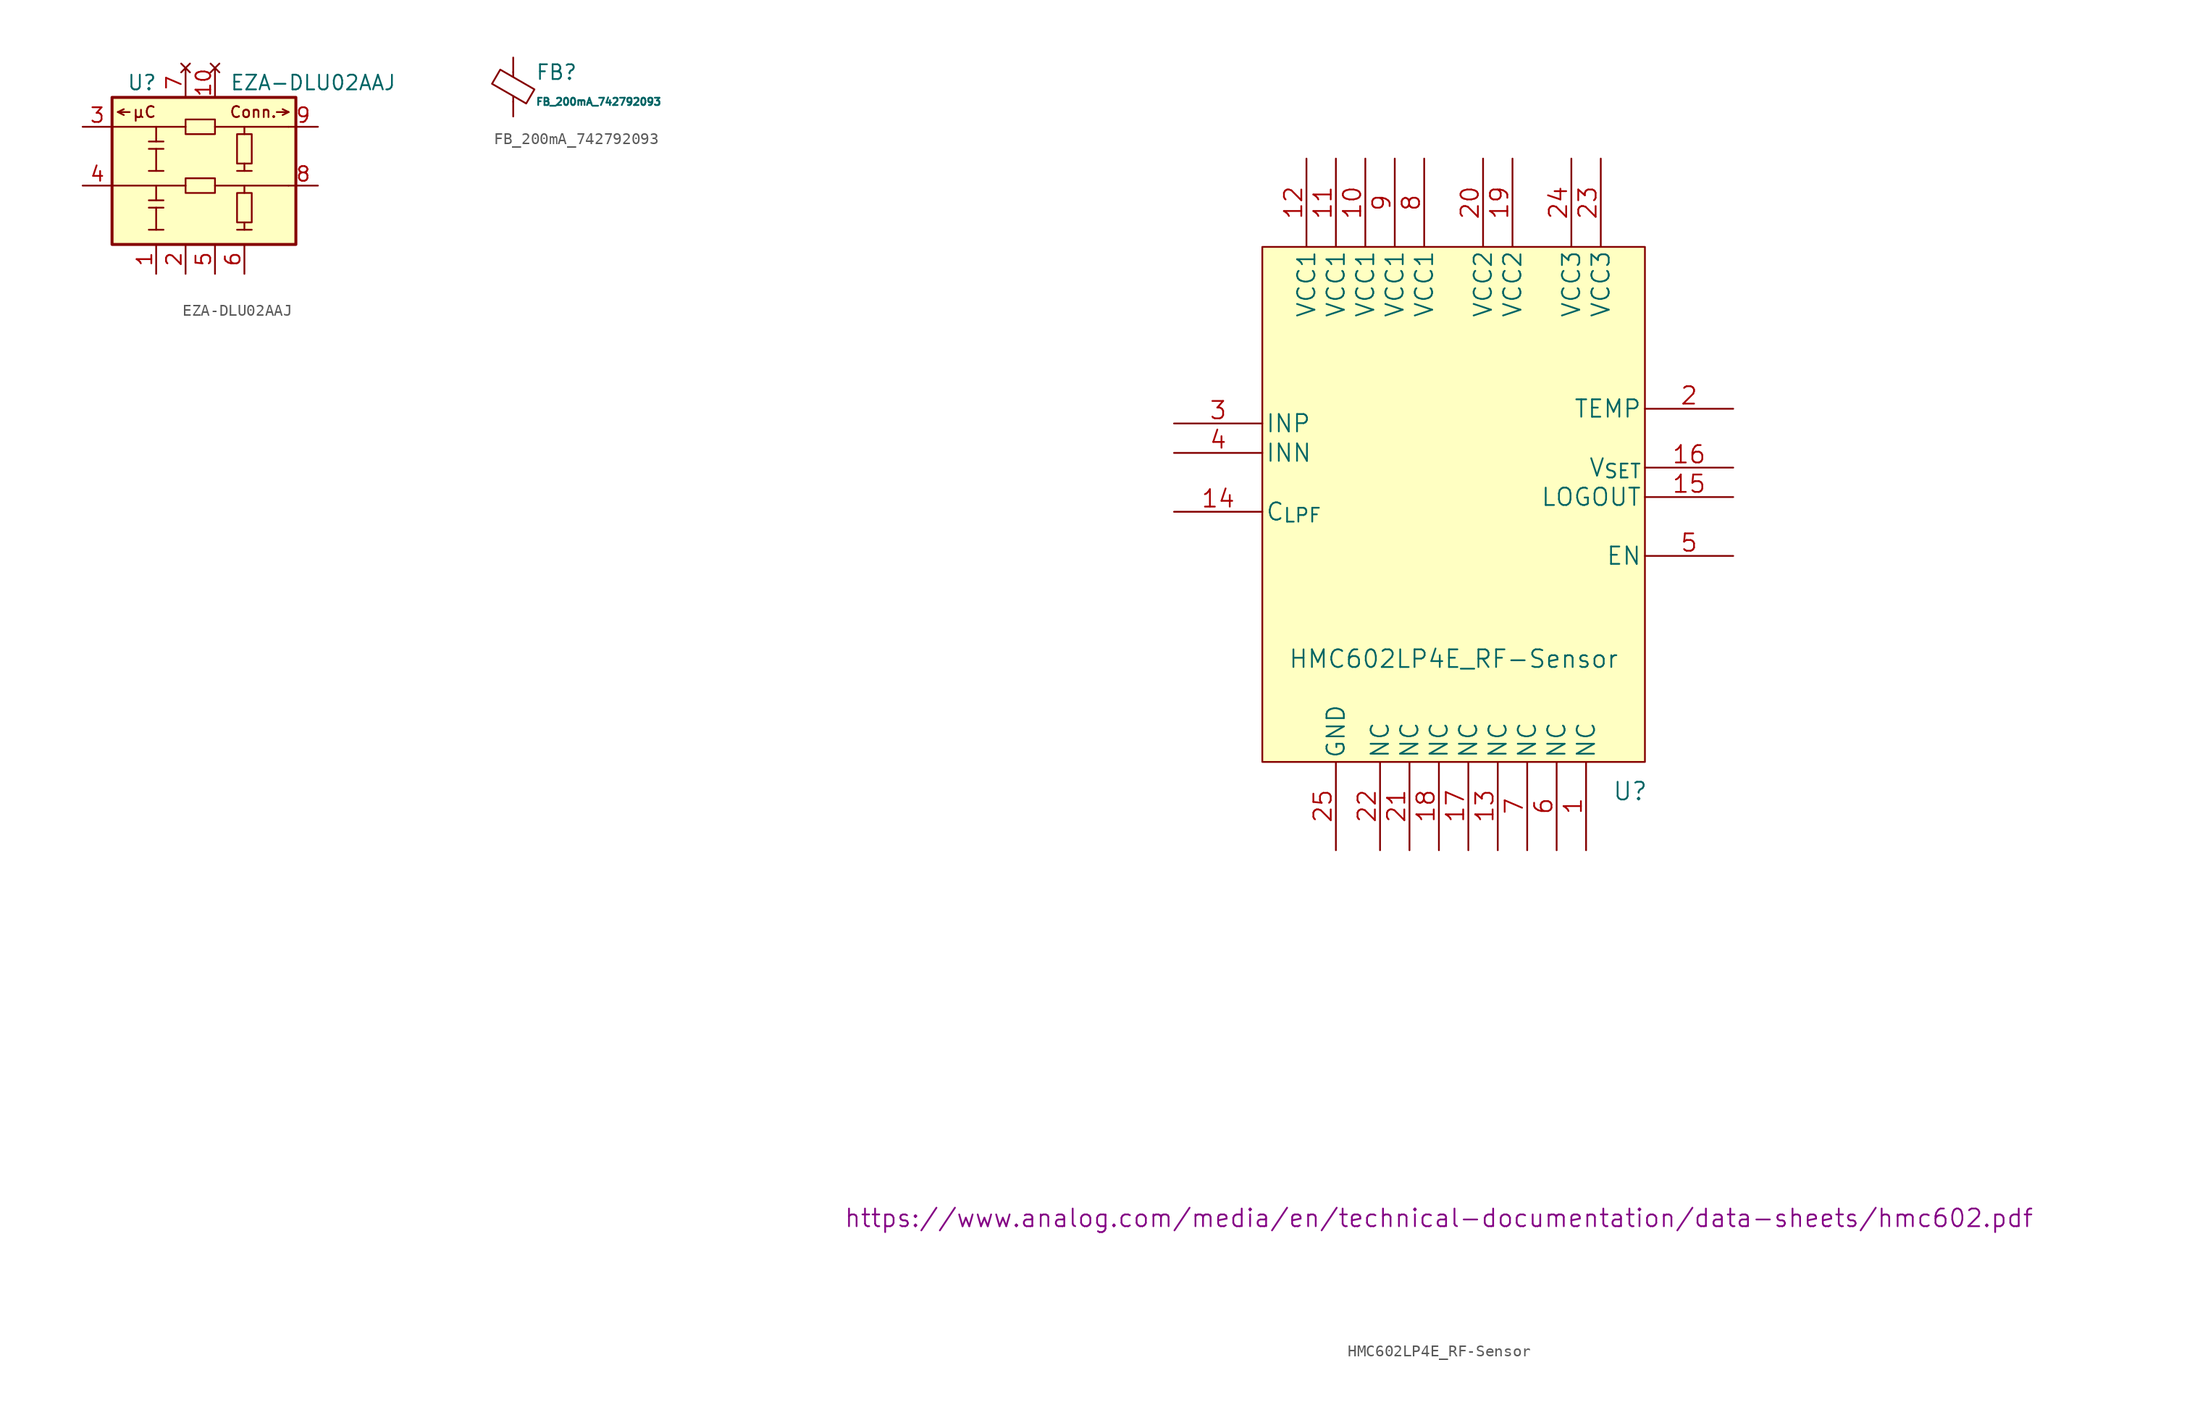
<source format=kicad_sym>
(kicad_symbol_lib
  (version 20211014)
  (generator kicad_symbol_editor)
  (symbol "EZA-DLU02AAJ"
    (pin_names hide)
    (property "Reference" "U"
      (at -6.35 6.35 0)
      (effects (font (size 1.27 1.27)) (justify left)))
    (property "Value" "EZA-DLU02AAJ"
      (at 2.54 6.35 0)
      (effects (font (size 1.27 1.27)) (justify left)))
    (symbol "EZA-DLU02AAJ_0_0"
      (polyline (pts (xy -7.112 3.81) (xy -6.604 3.556)) (stroke (width 0) (type default) (color 0 0 0 0)) (fill (type none)))
      (polyline (pts (xy -7.112 3.81) (xy -6.604 4.064)) (stroke (width 0) (type default) (color 0 0 0 0)) (fill (type none)))
      (polyline (pts (xy -6.096 3.81) (xy -7.112 3.81)) (stroke (width 0) (type default) (color 0 0 0 0)) (fill (type none)))
      (polyline (pts (xy 6.604 3.81) (xy 7.62 3.81)) (stroke (width 0) (type default) (color 0 0 0 0)) (fill (type none)))
      (polyline (pts (xy 7.62 3.81) (xy 7.112 3.556)) (stroke (width 0) (type default) (color 0 0 0 0)) (fill (type none)))
      (polyline (pts (xy 7.62 3.81) (xy 7.112 4.064)) (stroke (width 0) (type default) (color 0 0 0 0)) (fill (type none)))
      (text "Conn." (at 4.572 3.81 0) (effects (font (size 0.953 0.953))))
      (text "µC" (at -4.826 3.81 0) (effects (font (size 0.953 0.953)))))
    (symbol "EZA-DLU02AAJ_0_1"
      (rectangle (start -7.62 5.08) (end 8.255 -7.62) (stroke (width 0.254) (type default) (color 0 0 0 0)) (fill (type background)))
      (rectangle (start -1.27 -1.905) (end 1.27 -3.175) (stroke (width 0) (type default) (color 0 0 0 0)) (fill (type none)))
      (rectangle (start -1.27 3.175) (end 1.27 1.905) (stroke (width 0) (type default) (color 0 0 0 0)) (fill (type none)))
      (polyline (pts (xy -4.445 -6.35) (xy -3.175 -6.35)) (stroke (width 0) (type default) (color 0 0 0 0)) (fill (type none)))
      (polyline (pts (xy -4.445 -4.445) (xy -3.175 -4.445)) (stroke (width 0) (type default) (color 0 0 0 0)) (fill (type none)))
      (polyline (pts (xy -4.445 -3.81) (xy -3.175 -3.81)) (stroke (width 0) (type default) (color 0 0 0 0)) (fill (type none)))
      (polyline (pts (xy -4.445 -1.27) (xy -3.175 -1.27)) (stroke (width 0) (type default) (color 0 0 0 0)) (fill (type none)))
      (polyline (pts (xy -4.445 0.635) (xy -3.175 0.635)) (stroke (width 0) (type default) (color 0 0 0 0)) (fill (type none)))
      (polyline (pts (xy -4.445 1.27) (xy -3.175 1.27)) (stroke (width 0) (type default) (color 0 0 0 0)) (fill (type none)))
      (polyline (pts (xy -3.81 -6.35) (xy -3.81 -4.445)) (stroke (width 0) (type default) (color 0 0 0 0)) (fill (type none)))
      (polyline (pts (xy -3.81 -3.81) (xy -3.81 -2.54)) (stroke (width 0) (type default) (color 0 0 0 0)) (fill (type none)))
      (polyline (pts (xy -3.81 -1.27) (xy -3.81 0.635)) (stroke (width 0) (type default) (color 0 0 0 0)) (fill (type none)))
      (polyline (pts (xy -3.81 1.27) (xy -3.81 2.54)) (stroke (width 0) (type default) (color 0 0 0 0)) (fill (type none)))
      (polyline (pts (xy -1.27 -2.54) (xy -7.62 -2.54)) (stroke (width 0) (type default) (color 0 0 0 0)) (fill (type none)))
      (polyline (pts (xy -1.27 2.54) (xy -7.62 2.54)) (stroke (width 0) (type default) (color 0 0 0 0)) (fill (type none)))
      (polyline (pts (xy 1.27 -2.54) (xy 7.62 -2.54)) (stroke (width 0) (type default) (color 0 0 0 0)) (fill (type none)))
      (polyline (pts (xy 1.27 2.54) (xy 7.62 2.54)) (stroke (width 0) (type default) (color 0 0 0 0)) (fill (type none)))
      (polyline (pts (xy 3.175 -6.35) (xy 4.445 -6.35)) (stroke (width 0) (type default) (color 0 0 0 0)) (fill (type none)))
      (polyline (pts (xy 3.175 -1.27) (xy 4.445 -1.27)) (stroke (width 0) (type default) (color 0 0 0 0)) (fill (type none)))
      (polyline (pts (xy 3.81 -6.35) (xy 3.81 -5.715)) (stroke (width 0) (type default) (color 0 0 0 0)) (fill (type none)))
      (polyline (pts (xy 3.81 -3.175) (xy 3.81 -2.54)) (stroke (width 0) (type default) (color 0 0 0 0)) (fill (type none)))
      (polyline (pts (xy 3.81 -1.27) (xy 3.81 -0.635)) (stroke (width 0) (type default) (color 0 0 0 0)) (fill (type none)))
      (polyline (pts (xy 3.81 1.905) (xy 3.81 2.54)) (stroke (width 0) (type default) (color 0 0 0 0)) (fill (type none)))
      (rectangle (start 3.175 -3.175) (end 4.445 -5.715) (stroke (width 0) (type default) (color 0 0 0 0)) (fill (type none)))
      (rectangle (start 3.175 1.905) (end 4.445 -0.635) (stroke (width 0) (type default) (color 0 0 0 0)) (fill (type none))))
    (symbol "EZA-DLU02AAJ_1_1"
      (pin passive line (at -3.81 -10.16 90) (length 2.54) (name "GND" (effects (font (size 1.27 1.27)))) (number "1" (effects (font (size 1.27 1.27)))))
      (pin no_connect line (at 1.27 7.62 270) (length 2.54) (name "~" (effects (font (size 1.27 1.27)))) (number "10" (effects (font (size 1.27 1.27)))))
      (pin passive line (at -1.27 -10.16 90) (length 2.54) (name "GND" (effects (font (size 1.27 1.27)))) (number "2" (effects (font (size 1.27 1.27)))))
      (pin passive line (at -10.16 2.54 0) (length 2.54) (name "I/O1" (effects (font (size 1.27 1.27)))) (number "3" (effects (font (size 1.27 1.27)))))
      (pin passive line (at -10.16 -2.54 0) (length 2.54) (name "I/O2" (effects (font (size 1.27 1.27)))) (number "4" (effects (font (size 1.27 1.27)))))
      (pin passive line (at 1.27 -10.16 90) (length 2.54) (name "GND" (effects (font (size 1.27 1.27)))) (number "5" (effects (font (size 1.27 1.27)))))
      (pin passive line (at 3.81 -10.16 90) (length 2.54) (name "GND" (effects (font (size 1.27 1.27)))) (number "6" (effects (font (size 1.27 1.27)))))
      (pin no_connect line (at -1.27 7.62 270) (length 2.54) (name "~" (effects (font (size 1.27 1.27)))) (number "7" (effects (font (size 1.27 1.27)))))
      (pin passive line (at 10.16 -2.54 180) (length 2.54) (name "I/O4" (effects (font (size 1.27 1.27)))) (number "8" (effects (font (size 1.27 1.27)))))
      (pin passive line (at 10.16 2.54 180) (length 2.54) (name "I/O3" (effects (font (size 1.27 1.27)))) (number "9" (effects (font (size 1.27 1.27)))))))
  (symbol "FB_200mA_742792093"
    (pin_numbers hide)
    (pin_names
      (offset 0))
    (property "Reference" "FB"
      (at 1.905 1.27 0)
      (effects (font (size 1.27 1.27)) (justify left)))
    (property "Value" "FB_200mA_742792093"
      (at 1.905 -1.27 0)
      (effects (font (size 0.63 0.63)) (justify left)))
    (symbol "FB_200mA_742792093_0_1"
      (polyline (pts (xy 0 -1.27) (xy 0 -0.787)) (stroke (width 0) (type default) (color 0 0 0 0)) (fill (type none)))
      (polyline (pts (xy 0 0.889) (xy 0 1.295)) (stroke (width 0) (type default) (color 0 0 0 0)) (fill (type none)))
      (polyline (pts (xy -1.829 0.279) (xy -1.118 1.499) (xy 1.829 -0.203) (xy 1.118 -1.422) (xy -1.829 0.279)) (stroke (width 0) (type default) (color 0 0 0 0)) (fill (type none))))
    (symbol "FB_200mA_742792093_1_1"
      (pin passive line (at 0 2.54 270) (length 1.27) (name "~" (effects (font (size 1.27 1.27)))) (number "1" (effects (font (size 1.27 1.27)))))
      (pin passive line (at 0 -2.54 90) (length 1.27) (name "~" (effects (font (size 1.27 1.27)))) (number "2" (effects (font (size 1.27 1.27)))))))
  (symbol "HMC602LP4E_RF-Sensor"
    (pin_names
      (offset 0.254))
    (property "Reference" "U"
      (at 15.24 -26.67 0)
      (effects (font (size 1.524 1.524))))
    (property "Value" "HMC602LP4E_RF-Sensor"
      (at 0 -15.24 0)
      (effects (font (size 1.524 1.524))))
    (property "Datasheet" "https://www.analog.com/media/en/technical-documentation/data-sheets/hmc602.pdf"
      (at -1.27 -63.5 0)
      (effects (font (size 1.524 1.524))))
    (symbol "HMC602LP4E_RF-Sensor_0_1"
      (rectangle (start -16.51 20.32) (end 16.51 -24.13) (stroke (width 0) (type default) (color 0 0 0 0)) (fill (type background))))
    (symbol "HMC602LP4E_RF-Sensor_1_1"
      (pin passive line (at 11.43 -31.75 90) (length 7.62) (name "NC" (effects (font (size 1.499 1.499)))) (number "1" (effects (font (size 1.499 1.499)))))
      (pin power_in line (at -7.62 27.94 270) (length 7.62) (name "VCC1" (effects (font (size 1.499 1.499)))) (number "10" (effects (font (size 1.499 1.499)))))
      (pin power_in line (at -10.16 27.94 270) (length 7.62) (name "VCC1" (effects (font (size 1.499 1.499)))) (number "11" (effects (font (size 1.499 1.499)))))
      (pin power_in line (at -12.7 27.94 270) (length 7.62) (name "VCC1" (effects (font (size 1.499 1.499)))) (number "12" (effects (font (size 1.499 1.499)))))
      (pin passive line (at 3.81 -31.75 90) (length 7.62) (name "NC" (effects (font (size 1.499 1.499)))) (number "13" (effects (font (size 1.499 1.499)))))
      (pin passive line (at -24.13 -2.54 0) (length 7.62) (name "C_{LPF}" (effects (font (size 1.499 1.499)))) (number "14" (effects (font (size 1.499 1.499)))))
      (pin output line (at 24.13 -1.27 180) (length 7.62) (name "LOGOUT" (effects (font (size 1.499 1.499)))) (number "15" (effects (font (size 1.499 1.499)))))
      (pin input line (at 24.13 1.27 180) (length 7.62) (name "V_{SET}" (effects (font (size 1.499 1.499)))) (number "16" (effects (font (size 1.499 1.499)))))
      (pin passive line (at 1.27 -31.75 90) (length 7.62) (name "NC" (effects (font (size 1.499 1.499)))) (number "17" (effects (font (size 1.499 1.499)))))
      (pin passive line (at -1.27 -31.75 90) (length 7.62) (name "NC" (effects (font (size 1.499 1.499)))) (number "18" (effects (font (size 1.499 1.499)))))
      (pin power_in line (at 5.08 27.94 270) (length 7.62) (name "VCC2" (effects (font (size 1.499 1.499)))) (number "19" (effects (font (size 1.499 1.499)))))
      (pin passive line (at 24.13 6.35 180) (length 7.62) (name "TEMP" (effects (font (size 1.499 1.499)))) (number "2" (effects (font (size 1.499 1.499)))))
      (pin power_in line (at 2.54 27.94 270) (length 7.62) (name "VCC2" (effects (font (size 1.499 1.499)))) (number "20" (effects (font (size 1.499 1.499)))))
      (pin passive line (at -3.81 -31.75 90) (length 7.62) (name "NC" (effects (font (size 1.499 1.499)))) (number "21" (effects (font (size 1.499 1.499)))))
      (pin passive line (at -6.35 -31.75 90) (length 7.62) (name "NC" (effects (font (size 1.499 1.499)))) (number "22" (effects (font (size 1.499 1.499)))))
      (pin power_in line (at 12.7 27.94 270) (length 7.62) (name "VCC3" (effects (font (size 1.499 1.499)))) (number "23" (effects (font (size 1.499 1.499)))))
      (pin power_in line (at 10.16 27.94 270) (length 7.62) (name "VCC3" (effects (font (size 1.499 1.499)))) (number "24" (effects (font (size 1.499 1.499)))))
      (pin power_in line (at -10.16 -31.75 90) (length 7.62) (name "GND" (effects (font (size 1.499 1.499)))) (number "25" (effects (font (size 1.499 1.499)))))
      (pin input line (at -24.13 5.08 0) (length 7.62) (name "INP" (effects (font (size 1.499 1.499)))) (number "3" (effects (font (size 1.499 1.499)))))
      (pin input line (at -24.13 2.54 0) (length 7.62) (name "INN" (effects (font (size 1.499 1.499)))) (number "4" (effects (font (size 1.499 1.499)))))
      (pin input line (at 24.13 -6.35 180) (length 7.62) (name "EN" (effects (font (size 1.499 1.499)))) (number "5" (effects (font (size 1.499 1.499)))))
      (pin passive line (at 8.89 -31.75 90) (length 7.62) (name "NC" (effects (font (size 1.499 1.499)))) (number "6" (effects (font (size 1.499 1.499)))))
      (pin passive line (at 6.35 -31.75 90) (length 7.62) (name "NC" (effects (font (size 1.499 1.499)))) (number "7" (effects (font (size 1.499 1.499)))))
      (pin power_in line (at -2.54 27.94 270) (length 7.62) (name "VCC1" (effects (font (size 1.499 1.499)))) (number "8" (effects (font (size 1.499 1.499)))))
      (pin power_in line (at -5.08 27.94 270) (length 7.62) (name "VCC1" (effects (font (size 1.499 1.499)))) (number "9" (effects (font (size 1.499 1.499))))))))
</source>
